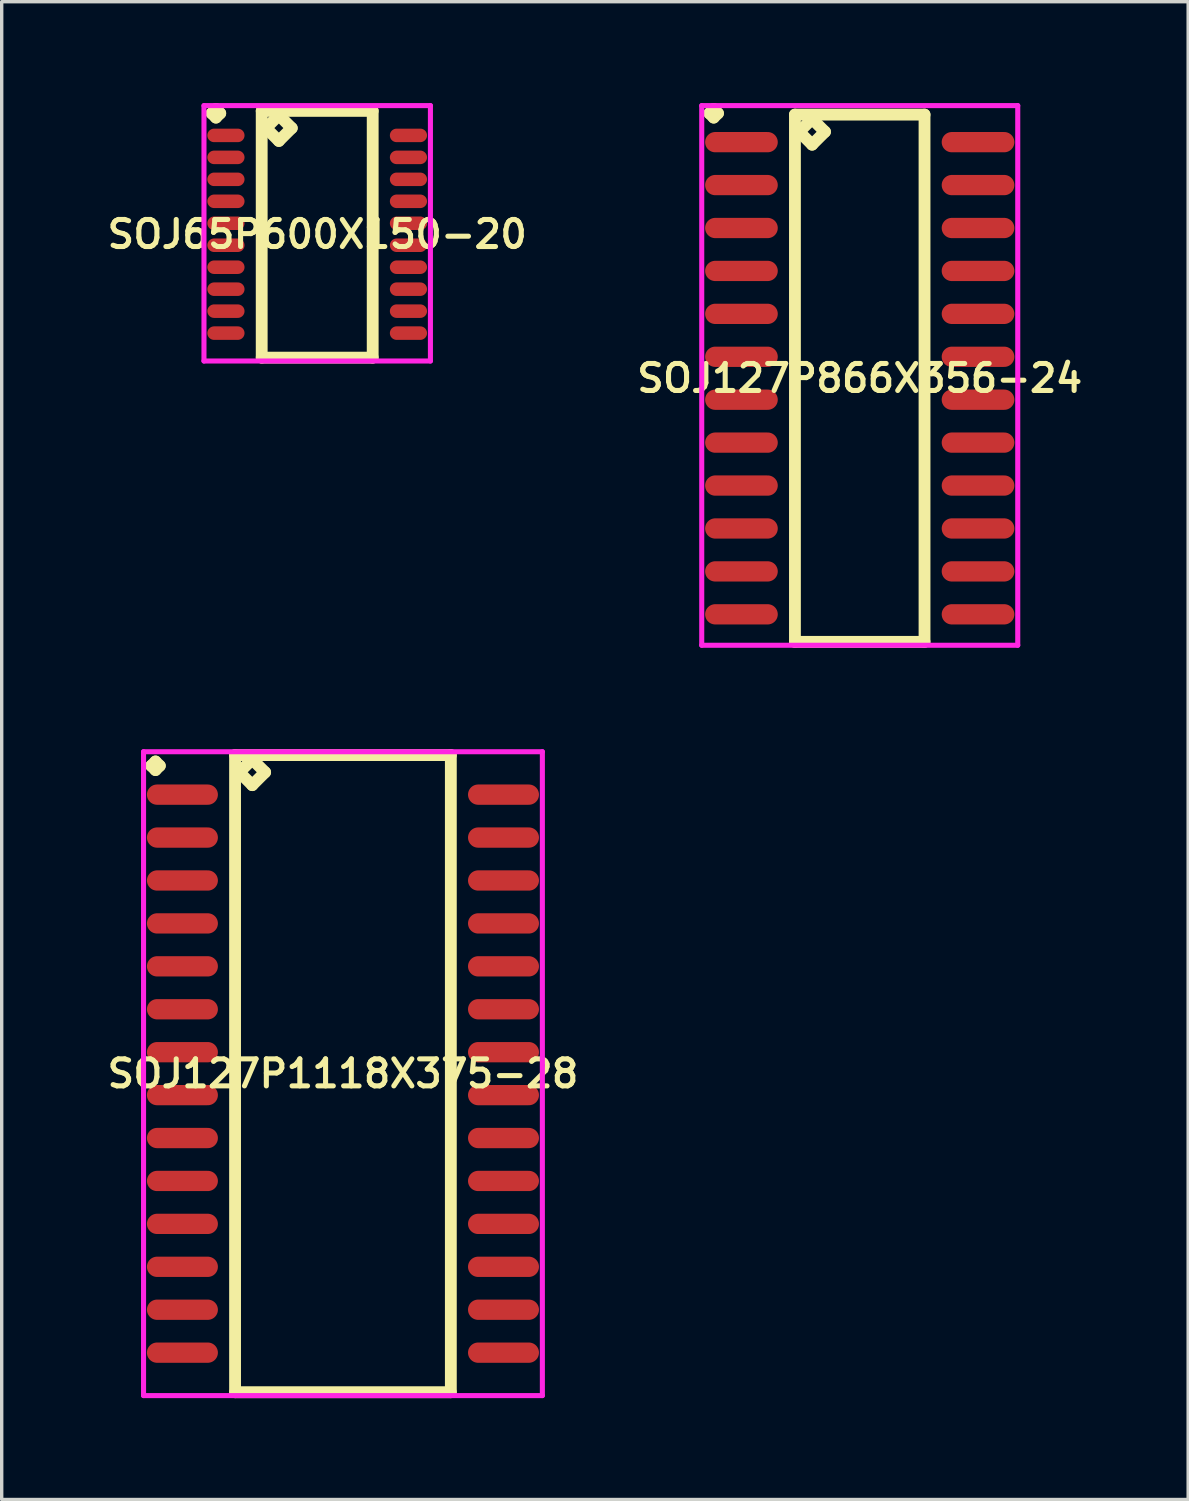
<source format=kicad_pcb>
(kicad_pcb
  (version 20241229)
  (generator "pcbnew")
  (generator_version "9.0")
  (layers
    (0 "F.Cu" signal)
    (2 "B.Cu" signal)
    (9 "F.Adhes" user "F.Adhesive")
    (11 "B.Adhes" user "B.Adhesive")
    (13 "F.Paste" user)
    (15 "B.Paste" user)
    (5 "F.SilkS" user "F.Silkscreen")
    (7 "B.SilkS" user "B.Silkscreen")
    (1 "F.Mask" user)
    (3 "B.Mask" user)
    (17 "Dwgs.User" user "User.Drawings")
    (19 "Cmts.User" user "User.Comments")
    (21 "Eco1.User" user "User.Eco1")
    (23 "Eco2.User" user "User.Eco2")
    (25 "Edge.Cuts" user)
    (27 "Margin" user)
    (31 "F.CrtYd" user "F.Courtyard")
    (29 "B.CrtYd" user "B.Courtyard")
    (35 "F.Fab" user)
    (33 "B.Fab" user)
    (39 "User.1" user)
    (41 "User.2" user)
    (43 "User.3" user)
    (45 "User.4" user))
  (footprint "SOJ127P1118X375-28"
    (layer "F.Cu")
    (at 7.097 28.716)
    (property "Reference" "SOJ127P1118X375-28" (at 0 0 0) (layer "F.SilkS") (effects (font (size 0.8 0.8) (thickness 0.15))))
    (attr smd)
    (fp_line (start -5.673 -9.109) (end -5.546 -9.236) (stroke (width 0.35) (type solid)) (layer "F.SilkS"))
    (fp_line (start -5.546 -9.236) (end -5.419 -9.109) (stroke (width 0.35) (type solid)) (layer "F.SilkS"))
    (fp_line (start -5.546 -8.982) (end -5.673 -9.109) (stroke (width 0.35) (type solid)) (layer "F.SilkS"))
    (fp_line (start -5.419 -9.109) (end -5.546 -8.982) (stroke (width 0.35) (type solid)) (layer "F.SilkS"))
    (fp_line (start -3.192 -9.425) (end -3.192 9.425) (stroke (width 0.35) (type solid)) (layer "F.SilkS"))
    (fp_line (start -3.192 9.425) (end 3.192 9.425) (stroke (width 0.35) (type solid)) (layer "F.SilkS"))
    (fp_line (start -3.065 -8.917) (end -2.684 -9.298) (stroke (width 0.35) (type solid)) (layer "F.SilkS"))
    (fp_line (start -2.684 -9.298) (end -2.303 -8.917) (stroke (width 0.35) (type solid)) (layer "F.SilkS"))
    (fp_line (start -2.684 -8.536) (end -3.065 -8.917) (stroke (width 0.35) (type solid)) (layer "F.SilkS"))
    (fp_line (start -2.303 -8.917) (end -2.684 -8.536) (stroke (width 0.35) (type solid)) (layer "F.SilkS"))
    (fp_line (start 3.192 -9.425) (end -3.192 -9.425) (stroke (width 0.35) (type solid)) (layer "F.SilkS"))
    (fp_line (start 3.192 9.425) (end 3.192 -9.425) (stroke (width 0.35) (type solid)) (layer "F.SilkS"))
    (fp_line (start -5.9 -9.525) (end 5.9 -9.525) (stroke (width 0.15) (type solid)) (layer "F.CrtYd"))
    (fp_line (start -5.9 9.525) (end -5.9 -9.525) (stroke (width 0.15) (type solid)) (layer "F.CrtYd"))
    (fp_line (start 5.9 -9.525) (end 5.9 9.525) (stroke (width 0.15) (type solid)) (layer "F.CrtYd"))
    (fp_line (start 5.9 9.525) (end -5.9 9.525) (stroke (width 0.15) (type solid)) (layer "F.CrtYd"))
    (pad "1" smd oval (at -4.75 -8.255) (size 2.1 0.6) (layers "F.Cu" "F.Mask" "F.Paste"))
    (pad "2" smd oval (at -4.75 -6.985) (size 2.1 0.6) (layers "F.Cu" "F.Mask" "F.Paste"))
    (pad "3" smd oval (at -4.75 -5.715) (size 2.1 0.6) (layers "F.Cu" "F.Mask" "F.Paste"))
    (pad "4" smd oval (at -4.75 -4.445) (size 2.1 0.6) (layers "F.Cu" "F.Mask" "F.Paste"))
    (pad "5" smd oval (at -4.75 -3.175) (size 2.1 0.6) (layers "F.Cu" "F.Mask" "F.Paste"))
    (pad "6" smd oval (at -4.75 -1.905) (size 2.1 0.6) (layers "F.Cu" "F.Mask" "F.Paste"))
    (pad "7" smd oval (at -4.75 -0.635) (size 2.1 0.6) (layers "F.Cu" "F.Mask" "F.Paste"))
    (pad "8" smd oval (at -4.75 0.635) (size 2.1 0.6) (layers "F.Cu" "F.Mask" "F.Paste"))
    (pad "9" smd oval (at -4.75 1.905) (size 2.1 0.6) (layers "F.Cu" "F.Mask" "F.Paste"))
    (pad "10" smd oval (at -4.75 3.175) (size 2.1 0.6) (layers "F.Cu" "F.Mask" "F.Paste"))
    (pad "11" smd oval (at -4.75 4.445) (size 2.1 0.6) (layers "F.Cu" "F.Mask" "F.Paste"))
    (pad "12" smd oval (at -4.75 5.715) (size 2.1 0.6) (layers "F.Cu" "F.Mask" "F.Paste"))
    (pad "13" smd oval (at -4.75 6.985) (size 2.1 0.6) (layers "F.Cu" "F.Mask" "F.Paste"))
    (pad "14" smd oval (at -4.75 8.255) (size 2.1 0.6) (layers "F.Cu" "F.Mask" "F.Paste"))
    (pad "15" smd oval (at 4.75 8.255) (size 2.1 0.6) (layers "F.Cu" "F.Mask" "F.Paste"))
    (pad "16" smd oval (at 4.75 6.985) (size 2.1 0.6) (layers "F.Cu" "F.Mask" "F.Paste"))
    (pad "17" smd oval (at 4.75 5.715) (size 2.1 0.6) (layers "F.Cu" "F.Mask" "F.Paste"))
    (pad "18" smd oval (at 4.75 4.445) (size 2.1 0.6) (layers "F.Cu" "F.Mask" "F.Paste"))
    (pad "19" smd oval (at 4.75 3.175) (size 2.1 0.6) (layers "F.Cu" "F.Mask" "F.Paste"))
    (pad "20" smd oval (at 4.75 1.905) (size 2.1 0.6) (layers "F.Cu" "F.Mask" "F.Paste"))
    (pad "21" smd oval (at 4.75 0.635) (size 2.1 0.6) (layers "F.Cu" "F.Mask" "F.Paste"))
    (pad "22" smd oval (at 4.75 -0.635) (size 2.1 0.6) (layers "F.Cu" "F.Mask" "F.Paste"))
    (pad "23" smd oval (at 4.75 -1.905) (size 2.1 0.6) (layers "F.Cu" "F.Mask" "F.Paste"))
    (pad "24" smd oval (at 4.75 -3.175) (size 2.1 0.6) (layers "F.Cu" "F.Mask" "F.Paste"))
    (pad "25" smd oval (at 4.75 -4.445) (size 2.1 0.6) (layers "F.Cu" "F.Mask" "F.Paste"))
    (pad "26" smd oval (at 4.75 -5.715) (size 2.1 0.6) (layers "F.Cu" "F.Mask" "F.Paste"))
    (pad "27" smd oval (at 4.75 -6.985) (size 2.1 0.6) (layers "F.Cu" "F.Mask" "F.Paste"))
    (pad "28" smd oval (at 4.75 -8.255) (size 2.1 0.6) (layers "F.Cu" "F.Mask" "F.Paste")))
  (footprint "SOJ127P866X356-24"
    (layer "F.Cu")
    (at 22.387 8.141)
    (property "Reference" "SOJ127P866X356-24" (at 0 0 0) (layer "F.SilkS") (effects (font (size 0.8 0.8) (thickness 0.15))))
    (attr smd)
    (fp_line (start -4.448 -7.839) (end -4.321 -7.966) (stroke (width 0.35) (type solid)) (layer "F.SilkS"))
    (fp_line (start -4.321 -7.966) (end -4.194 -7.839) (stroke (width 0.35) (type solid)) (layer "F.SilkS"))
    (fp_line (start -4.321 -7.712) (end -4.448 -7.839) (stroke (width 0.35) (type solid)) (layer "F.SilkS"))
    (fp_line (start -4.194 -7.839) (end -4.321 -7.712) (stroke (width 0.35) (type solid)) (layer "F.SilkS"))
    (fp_line (start -1.917 -7.8) (end -1.917 7.8) (stroke (width 0.35) (type solid)) (layer "F.SilkS"))
    (fp_line (start -1.917 7.8) (end 1.917 7.8) (stroke (width 0.35) (type solid)) (layer "F.SilkS"))
    (fp_line (start -1.79 -7.292) (end -1.409 -7.673) (stroke (width 0.35) (type solid)) (layer "F.SilkS"))
    (fp_line (start -1.409 -7.673) (end -1.028 -7.292) (stroke (width 0.35) (type solid)) (layer "F.SilkS"))
    (fp_line (start -1.409 -6.911) (end -1.79 -7.292) (stroke (width 0.35) (type solid)) (layer "F.SilkS"))
    (fp_line (start -1.028 -7.292) (end -1.409 -6.911) (stroke (width 0.35) (type solid)) (layer "F.SilkS"))
    (fp_line (start 1.917 -7.8) (end -1.917 -7.8) (stroke (width 0.35) (type solid)) (layer "F.SilkS"))
    (fp_line (start 1.917 7.8) (end 1.917 -7.8) (stroke (width 0.35) (type solid)) (layer "F.SilkS"))
    (fp_line (start -4.675 -8.066) (end 4.675 -8.066) (stroke (width 0.15) (type solid)) (layer "F.CrtYd"))
    (fp_line (start -4.675 7.9) (end -4.675 -8.066) (stroke (width 0.15) (type solid)) (layer "F.CrtYd"))
    (fp_line (start 4.675 -8.066) (end 4.675 7.9) (stroke (width 0.15) (type solid)) (layer "F.CrtYd"))
    (fp_line (start 4.675 7.9) (end -4.675 7.9) (stroke (width 0.15) (type solid)) (layer "F.CrtYd"))
    (pad "1" smd oval (at -3.5 -6.985) (size 2.15 0.6) (layers "F.Cu" "F.Mask" "F.Paste"))
    (pad "2" smd oval (at -3.5 -5.715) (size 2.15 0.6) (layers "F.Cu" "F.Mask" "F.Paste"))
    (pad "3" smd oval (at -3.5 -4.445) (size 2.15 0.6) (layers "F.Cu" "F.Mask" "F.Paste"))
    (pad "4" smd oval (at -3.5 -3.175) (size 2.15 0.6) (layers "F.Cu" "F.Mask" "F.Paste"))
    (pad "5" smd oval (at -3.5 -1.905) (size 2.15 0.6) (layers "F.Cu" "F.Mask" "F.Paste"))
    (pad "6" smd oval (at -3.5 -0.635) (size 2.15 0.6) (layers "F.Cu" "F.Mask" "F.Paste"))
    (pad "7" smd oval (at -3.5 0.635) (size 2.15 0.6) (layers "F.Cu" "F.Mask" "F.Paste"))
    (pad "8" smd oval (at -3.5 1.905) (size 2.15 0.6) (layers "F.Cu" "F.Mask" "F.Paste"))
    (pad "9" smd oval (at -3.5 3.175) (size 2.15 0.6) (layers "F.Cu" "F.Mask" "F.Paste"))
    (pad "10" smd oval (at -3.5 4.445) (size 2.15 0.6) (layers "F.Cu" "F.Mask" "F.Paste"))
    (pad "11" smd oval (at -3.5 5.715) (size 2.15 0.6) (layers "F.Cu" "F.Mask" "F.Paste"))
    (pad "12" smd oval (at -3.5 6.985) (size 2.15 0.6) (layers "F.Cu" "F.Mask" "F.Paste"))
    (pad "13" smd oval (at 3.5 6.985) (size 2.15 0.6) (layers "F.Cu" "F.Mask" "F.Paste"))
    (pad "14" smd oval (at 3.5 5.715) (size 2.15 0.6) (layers "F.Cu" "F.Mask" "F.Paste"))
    (pad "15" smd oval (at 3.5 4.445) (size 2.15 0.6) (layers "F.Cu" "F.Mask" "F.Paste"))
    (pad "16" smd oval (at 3.5 3.175) (size 2.15 0.6) (layers "F.Cu" "F.Mask" "F.Paste"))
    (pad "17" smd oval (at 3.5 1.905) (size 2.15 0.6) (layers "F.Cu" "F.Mask" "F.Paste"))
    (pad "18" smd oval (at 3.5 0.635) (size 2.15 0.6) (layers "F.Cu" "F.Mask" "F.Paste"))
    (pad "19" smd oval (at 3.5 -0.635) (size 2.15 0.6) (layers "F.Cu" "F.Mask" "F.Paste"))
    (pad "20" smd oval (at 3.5 -1.905) (size 2.15 0.6) (layers "F.Cu" "F.Mask" "F.Paste"))
    (pad "21" smd oval (at 3.5 -3.175) (size 2.15 0.6) (layers "F.Cu" "F.Mask" "F.Paste"))
    (pad "22" smd oval (at 3.5 -4.445) (size 2.15 0.6) (layers "F.Cu" "F.Mask" "F.Paste"))
    (pad "23" smd oval (at 3.5 -5.715) (size 2.15 0.6) (layers "F.Cu" "F.Mask" "F.Paste"))
    (pad "24" smd oval (at 3.5 -6.985) (size 2.15 0.6) (layers "F.Cu" "F.Mask" "F.Paste")))
  (footprint "SOJ65P600X150-20"
    (layer "F.Cu")
    (at 6.335 3.881)
    (property "Reference" "SOJ65P600X150-20" (at 0 0 0) (layer "F.SilkS") (effects (font (size 0.8 0.8) (thickness 0.15))))
    (attr smd)
    (fp_line (start -3.123 -3.579) (end -2.996 -3.706) (stroke (width 0.35) (type solid)) (layer "F.SilkS"))
    (fp_line (start -2.996 -3.706) (end -2.869 -3.579) (stroke (width 0.35) (type solid)) (layer "F.SilkS"))
    (fp_line (start -2.996 -3.452) (end -3.123 -3.579) (stroke (width 0.35) (type solid)) (layer "F.SilkS"))
    (fp_line (start -2.869 -3.579) (end -2.996 -3.452) (stroke (width 0.35) (type solid)) (layer "F.SilkS"))
    (fp_line (start -1.642 -3.65) (end -1.642 3.65) (stroke (width 0.35) (type solid)) (layer "F.SilkS"))
    (fp_line (start -1.642 3.65) (end 1.642 3.65) (stroke (width 0.35) (type solid)) (layer "F.SilkS"))
    (fp_line (start -1.515 -3.142) (end -1.134 -3.523) (stroke (width 0.35) (type solid)) (layer "F.SilkS"))
    (fp_line (start -1.134 -3.523) (end -0.753 -3.142) (stroke (width 0.35) (type solid)) (layer "F.SilkS"))
    (fp_line (start -1.134 -2.761) (end -1.515 -3.142) (stroke (width 0.35) (type solid)) (layer "F.SilkS"))
    (fp_line (start -0.753 -3.142) (end -1.134 -2.761) (stroke (width 0.35) (type solid)) (layer "F.SilkS"))
    (fp_line (start 1.642 -3.65) (end -1.642 -3.65) (stroke (width 0.35) (type solid)) (layer "F.SilkS"))
    (fp_line (start 1.642 3.65) (end 1.642 -3.65) (stroke (width 0.35) (type solid)) (layer "F.SilkS"))
    (fp_line (start -3.35 -3.806) (end 3.35 -3.806) (stroke (width 0.15) (type solid)) (layer "F.CrtYd"))
    (fp_line (start -3.35 3.75) (end -3.35 -3.806) (stroke (width 0.15) (type solid)) (layer "F.CrtYd"))
    (fp_line (start 3.35 -3.806) (end 3.35 3.75) (stroke (width 0.15) (type solid)) (layer "F.CrtYd"))
    (fp_line (start 3.35 3.75) (end -3.35 3.75) (stroke (width 0.15) (type solid)) (layer "F.CrtYd"))
    (pad "1" smd oval (at -2.7 -2.925) (size 1.1 0.4) (layers "F.Cu" "F.Mask" "F.Paste"))
    (pad "2" smd oval (at -2.7 -2.275) (size 1.1 0.4) (layers "F.Cu" "F.Mask" "F.Paste"))
    (pad "3" smd oval (at -2.7 -1.625) (size 1.1 0.4) (layers "F.Cu" "F.Mask" "F.Paste"))
    (pad "4" smd oval (at -2.7 -0.975) (size 1.1 0.4) (layers "F.Cu" "F.Mask" "F.Paste"))
    (pad "5" smd oval (at -2.7 -0.325) (size 1.1 0.4) (layers "F.Cu" "F.Mask" "F.Paste"))
    (pad "6" smd oval (at -2.7 0.325) (size 1.1 0.4) (layers "F.Cu" "F.Mask" "F.Paste"))
    (pad "7" smd oval (at -2.7 0.975) (size 1.1 0.4) (layers "F.Cu" "F.Mask" "F.Paste"))
    (pad "8" smd oval (at -2.7 1.625) (size 1.1 0.4) (layers "F.Cu" "F.Mask" "F.Paste"))
    (pad "9" smd oval (at -2.7 2.275) (size 1.1 0.4) (layers "F.Cu" "F.Mask" "F.Paste"))
    (pad "10" smd oval (at -2.7 2.925) (size 1.1 0.4) (layers "F.Cu" "F.Mask" "F.Paste"))
    (pad "11" smd oval (at 2.7 2.925) (size 1.1 0.4) (layers "F.Cu" "F.Mask" "F.Paste"))
    (pad "12" smd oval (at 2.7 2.275) (size 1.1 0.4) (layers "F.Cu" "F.Mask" "F.Paste"))
    (pad "13" smd oval (at 2.7 1.625) (size 1.1 0.4) (layers "F.Cu" "F.Mask" "F.Paste"))
    (pad "14" smd oval (at 2.7 0.975) (size 1.1 0.4) (layers "F.Cu" "F.Mask" "F.Paste"))
    (pad "15" smd oval (at 2.7 0.325) (size 1.1 0.4) (layers "F.Cu" "F.Mask" "F.Paste"))
    (pad "16" smd oval (at 2.7 -0.325) (size 1.1 0.4) (layers "F.Cu" "F.Mask" "F.Paste"))
    (pad "17" smd oval (at 2.7 -0.975) (size 1.1 0.4) (layers "F.Cu" "F.Mask" "F.Paste"))
    (pad "18" smd oval (at 2.7 -1.625) (size 1.1 0.4) (layers "F.Cu" "F.Mask" "F.Paste"))
    (pad "19" smd oval (at 2.7 -2.275) (size 1.1 0.4) (layers "F.Cu" "F.Mask" "F.Paste"))
    (pad "20" smd oval (at 2.7 -2.925) (size 1.1 0.4) (layers "F.Cu" "F.Mask" "F.Paste")))
  (gr_rect
    (start -3 -3)
    (end 32.104 41.316)
    (stroke (width 0.1) (type default))
    (fill no)
    (layer "Edge.Cuts")))
</source>
